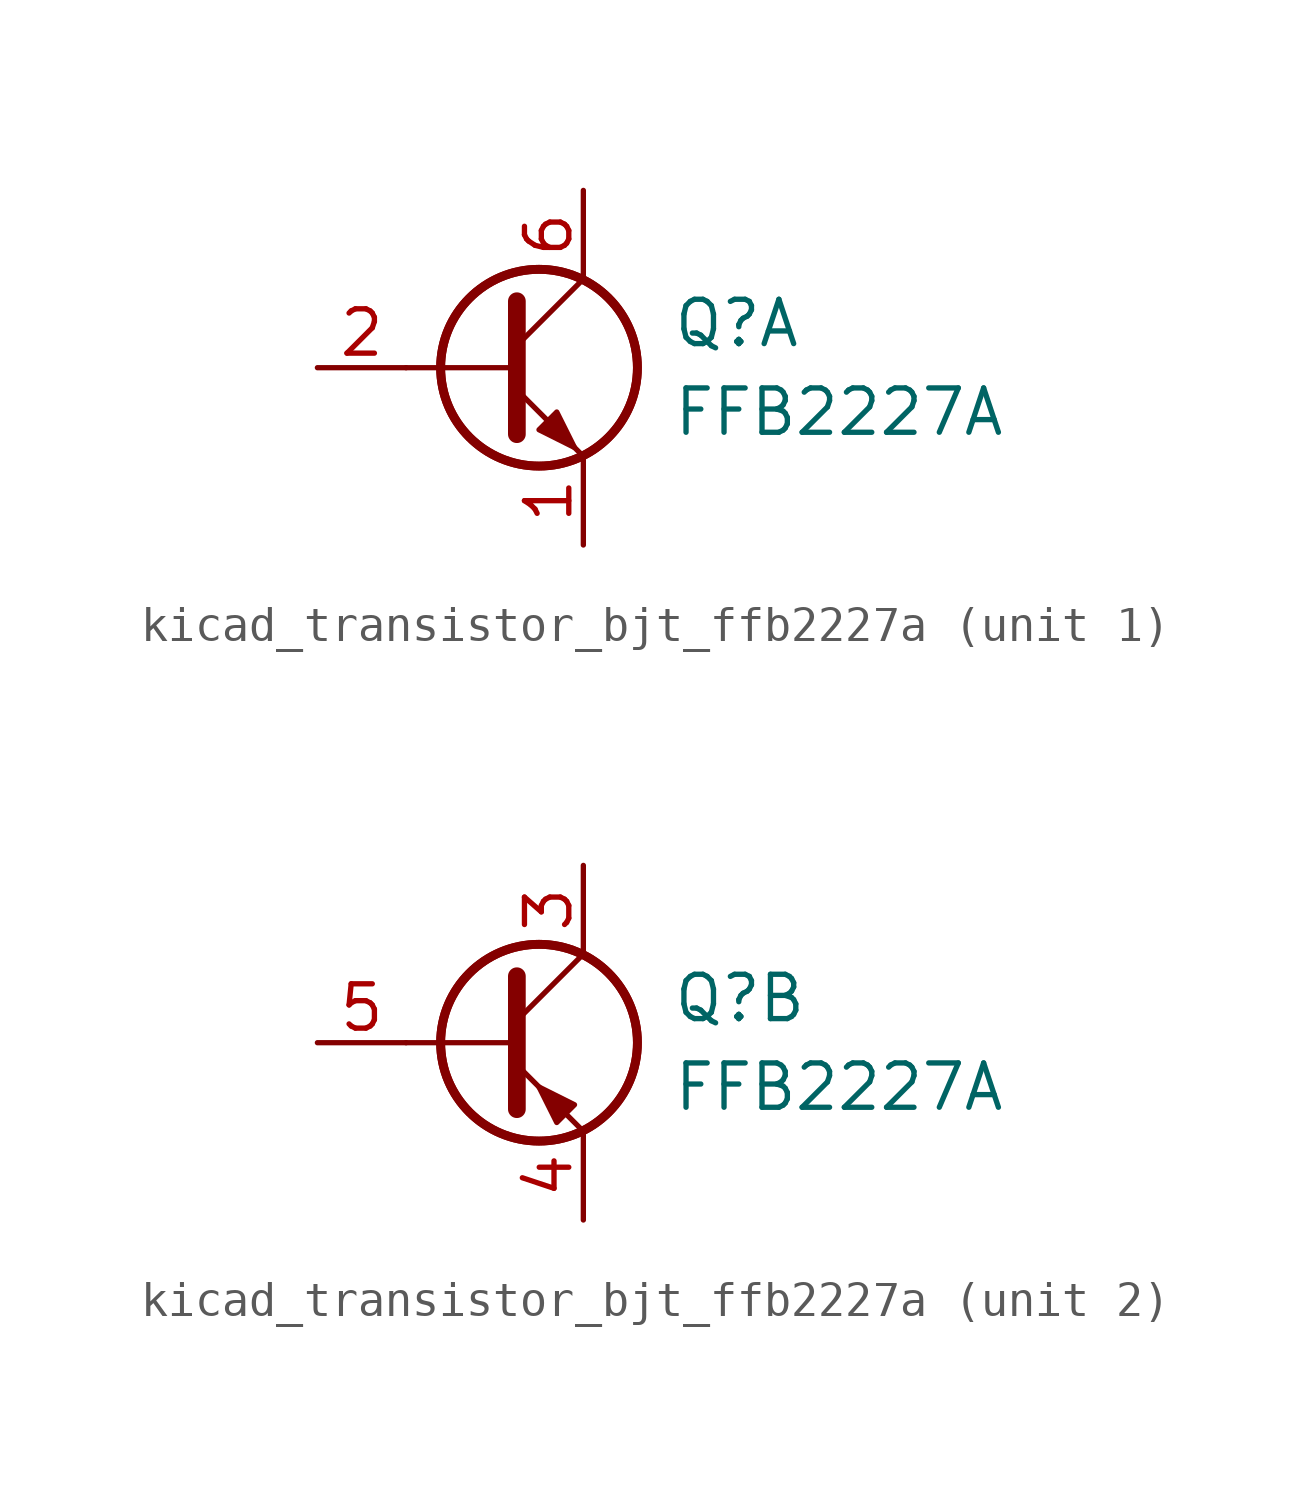
<source format=kicad_sym>
(kicad_symbol_lib
  (version 20220914)
  (generator kicad_symbol_editor)
  (symbol "kicad_transistor_bjt_ffb2227a"
    (pin_names
      (offset 0) hide)
    (property "Reference" "Q"
      (at 5.08 1.27 0)
      (effects (font (size 1.27 1.27)) (justify left)))
    (property "Value" "FFB2227A"
      (at 5.08 -1.27 0)
      (effects (font (size 1.27 1.27)) (justify left)))
    (property "ki_locked" ""
      (at 0 0 0)
      (effects (font (size 1.27 1.27))))
    (symbol "kicad_transistor_bjt_ffb2227a_0_1"
      (polyline (pts (xy 0.635 0) (xy -2.54 0)) (stroke (width 0) (type default)) (fill (type none)))
      (circle (center 1.27 0) (radius 2.819) (stroke (width 0.254) (type default)) (fill (type none)))
      (circle (center 1.27 0) (radius 2.819) (stroke (width 0.254) (type default)) (fill (type none))))
    (symbol "kicad_transistor_bjt_ffb2227a_1_1"
      (polyline (pts (xy 0.635 0.635) (xy 2.54 2.54)) (stroke (width 0) (type default)) (fill (type none)))
      (polyline (pts (xy 0.635 -0.635) (xy 2.54 -2.54) (xy 2.54 -2.54)) (stroke (width 0) (type default)) (fill (type none)))
      (polyline (pts (xy 0.635 1.905) (xy 0.635 -1.905) (xy 0.635 -1.905)) (stroke (width 0.508) (type default)) (fill (type none)))
      (polyline (pts (xy 1.27 -1.778) (xy 1.778 -1.27) (xy 2.286 -2.286) (xy 1.27 -1.778) (xy 1.27 -1.778)) (stroke (width 0) (type default)) (fill (type outline)))
      (pin passive line (at 2.54 -5.08 90) (length 2.54) (name "E1" (effects (font (size 1.27 1.27)))) (number "1" (effects (font (size 1.27 1.27)))))
      (pin input line (at -5.08 0 0) (length 2.54) (name "B1" (effects (font (size 1.27 1.27)))) (number "2" (effects (font (size 1.27 1.27)))))
      (pin passive line (at 2.54 5.08 270) (length 2.54) (name "C1" (effects (font (size 1.27 1.27)))) (number "6" (effects (font (size 1.27 1.27))))))
    (symbol "kicad_transistor_bjt_ffb2227a_2_1"
      (polyline (pts (xy 0.635 0.635) (xy 2.54 2.54)) (stroke (width 0) (type default)) (fill (type none)))
      (polyline (pts (xy 0.635 -0.635) (xy 2.54 -2.54) (xy 2.54 -2.54)) (stroke (width 0) (type default)) (fill (type none)))
      (polyline (pts (xy 0.635 1.905) (xy 0.635 -1.905) (xy 0.635 -1.905)) (stroke (width 0.508) (type default)) (fill (type none)))
      (polyline (pts (xy 2.286 -1.778) (xy 1.778 -2.286) (xy 1.27 -1.27) (xy 2.286 -1.778) (xy 2.286 -1.778)) (stroke (width 0) (type default)) (fill (type outline)))
      (pin passive line (at 2.54 5.08 270) (length 2.54) (name "C2" (effects (font (size 1.27 1.27)))) (number "3" (effects (font (size 1.27 1.27)))))
      (pin passive line (at 2.54 -5.08 90) (length 2.54) (name "E2" (effects (font (size 1.27 1.27)))) (number "4" (effects (font (size 1.27 1.27)))))
      (pin input line (at -5.08 0 0) (length 2.54) (name "B2" (effects (font (size 1.27 1.27)))) (number "5" (effects (font (size 1.27 1.27))))))))
</source>
